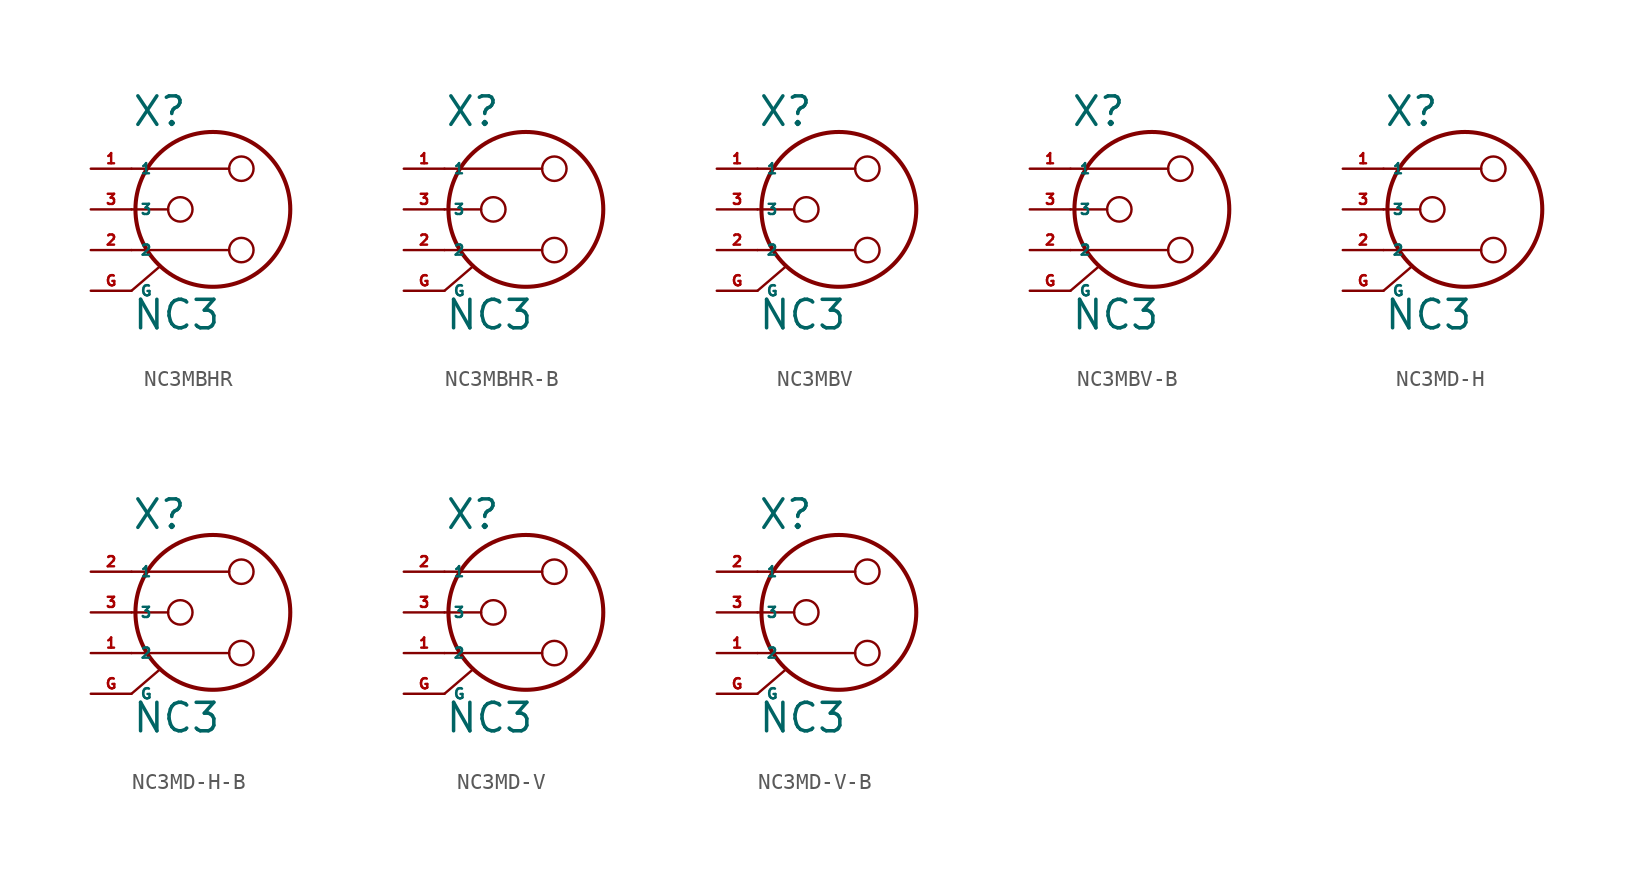
<source format=kicad_sym>
(kicad_symbol_lib
  (version 20220914)
  (generator Eagle2Kicad)
  (symbol "NC3MBHR"
    (property "Reference" "X"
      (at -5.08 5.08 0)
      (effects (font (size 1.778 1.778) (thickness 0.22)) (justify left bottom)))
    (property "Value" "NC3"
      (at -5.08 -7.62 0)
      (effects (font (size 1.778 1.778) (thickness 0.22)) (justify left bottom)))
    (polyline
      (pts (xy -5.08 2.54) (xy 1.016 2.54))
      (stroke (width 0.152) (type default))
      (fill (type none)))
    (polyline
      (pts (xy -5.08 -2.54) (xy 1.016 -2.54))
      (stroke (width 0.152) (type default))
      (fill (type none)))
    (polyline
      (pts (xy -5.08 0) (xy -2.794 0))
      (stroke (width 0.152) (type default))
      (fill (type none)))
    (polyline
      (pts (xy -5.08 -5.08) (xy -3.302 -3.556))
      (stroke (width 0.152) (type default))
      (fill (type none)))
    (circle
      (center 0 0)
      (radius 4.833)
      (stroke (width 0.254) (type default))
      (fill (type none)))
    (circle
      (center -2.032 0)
      (radius 0.762)
      (stroke (width 0.152) (type default))
      (fill (type none)))
    (circle
      (center 1.778 2.54)
      (radius 0.762)
      (stroke (width 0.152) (type default))
      (fill (type none)))
    (circle
      (center 1.778 -2.54)
      (radius 0.762)
      (stroke (width 0.152) (type default))
      (fill (type none)))
    (pin passive line
      (at -7.62 2.54 0)
      (length 2.54)
      (name "1" (effects (font (size 0.635 0.635) (thickness 0.08)) (justify left bottom)))
      (number "1" (effects (font (size 0.635 0.635) (thickness 0.08)) (justify left bottom))))
    (pin passive line
      (at -7.62 -2.54 0)
      (length 2.54)
      (name "2" (effects (font (size 0.635 0.635) (thickness 0.08)) (justify left bottom)))
      (number "2" (effects (font (size 0.635 0.635) (thickness 0.08)) (justify left bottom))))
    (pin passive line
      (at -7.62 0 0)
      (length 2.54)
      (name "3" (effects (font (size 0.635 0.635) (thickness 0.08)) (justify left bottom)))
      (number "3" (effects (font (size 0.635 0.635) (thickness 0.08)) (justify left bottom))))
    (pin passive line
      (at -7.62 -5.08 0)
      (length 2.54)
      (name "G" (effects (font (size 0.635 0.635) (thickness 0.08)) (justify left bottom)))
      (number "G" (effects (font (size 0.635 0.635) (thickness 0.08)) (justify left bottom)))))
  (symbol "NC3MBHR-B"
    (property "Reference" "X"
      (at -5.08 5.08 0)
      (effects (font (size 1.778 1.778) (thickness 0.22)) (justify left bottom)))
    (property "Value" "NC3"
      (at -5.08 -7.62 0)
      (effects (font (size 1.778 1.778) (thickness 0.22)) (justify left bottom)))
    (polyline
      (pts (xy -5.08 2.54) (xy 1.016 2.54))
      (stroke (width 0.152) (type default))
      (fill (type none)))
    (polyline
      (pts (xy -5.08 -2.54) (xy 1.016 -2.54))
      (stroke (width 0.152) (type default))
      (fill (type none)))
    (polyline
      (pts (xy -5.08 0) (xy -2.794 0))
      (stroke (width 0.152) (type default))
      (fill (type none)))
    (polyline
      (pts (xy -5.08 -5.08) (xy -3.302 -3.556))
      (stroke (width 0.152) (type default))
      (fill (type none)))
    (circle
      (center 0 0)
      (radius 4.833)
      (stroke (width 0.254) (type default))
      (fill (type none)))
    (circle
      (center -2.032 0)
      (radius 0.762)
      (stroke (width 0.152) (type default))
      (fill (type none)))
    (circle
      (center 1.778 2.54)
      (radius 0.762)
      (stroke (width 0.152) (type default))
      (fill (type none)))
    (circle
      (center 1.778 -2.54)
      (radius 0.762)
      (stroke (width 0.152) (type default))
      (fill (type none)))
    (pin passive line
      (at -7.62 2.54 0)
      (length 2.54)
      (name "1" (effects (font (size 0.635 0.635) (thickness 0.08)) (justify left bottom)))
      (number "1" (effects (font (size 0.635 0.635) (thickness 0.08)) (justify left bottom))))
    (pin passive line
      (at -7.62 -2.54 0)
      (length 2.54)
      (name "2" (effects (font (size 0.635 0.635) (thickness 0.08)) (justify left bottom)))
      (number "2" (effects (font (size 0.635 0.635) (thickness 0.08)) (justify left bottom))))
    (pin passive line
      (at -7.62 0 0)
      (length 2.54)
      (name "3" (effects (font (size 0.635 0.635) (thickness 0.08)) (justify left bottom)))
      (number "3" (effects (font (size 0.635 0.635) (thickness 0.08)) (justify left bottom))))
    (pin passive line
      (at -7.62 -5.08 0)
      (length 2.54)
      (name "G" (effects (font (size 0.635 0.635) (thickness 0.08)) (justify left bottom)))
      (number "G" (effects (font (size 0.635 0.635) (thickness 0.08)) (justify left bottom)))))
  (symbol "NC3MBV"
    (property "Reference" "X"
      (at -5.08 5.08 0)
      (effects (font (size 1.778 1.778) (thickness 0.22)) (justify left bottom)))
    (property "Value" "NC3"
      (at -5.08 -7.62 0)
      (effects (font (size 1.778 1.778) (thickness 0.22)) (justify left bottom)))
    (polyline
      (pts (xy -5.08 2.54) (xy 1.016 2.54))
      (stroke (width 0.152) (type default))
      (fill (type none)))
    (polyline
      (pts (xy -5.08 -2.54) (xy 1.016 -2.54))
      (stroke (width 0.152) (type default))
      (fill (type none)))
    (polyline
      (pts (xy -5.08 0) (xy -2.794 0))
      (stroke (width 0.152) (type default))
      (fill (type none)))
    (polyline
      (pts (xy -5.08 -5.08) (xy -3.302 -3.556))
      (stroke (width 0.152) (type default))
      (fill (type none)))
    (circle
      (center 0 0)
      (radius 4.833)
      (stroke (width 0.254) (type default))
      (fill (type none)))
    (circle
      (center -2.032 0)
      (radius 0.762)
      (stroke (width 0.152) (type default))
      (fill (type none)))
    (circle
      (center 1.778 2.54)
      (radius 0.762)
      (stroke (width 0.152) (type default))
      (fill (type none)))
    (circle
      (center 1.778 -2.54)
      (radius 0.762)
      (stroke (width 0.152) (type default))
      (fill (type none)))
    (pin passive line
      (at -7.62 2.54 0)
      (length 2.54)
      (name "1" (effects (font (size 0.635 0.635) (thickness 0.08)) (justify left bottom)))
      (number "1" (effects (font (size 0.635 0.635) (thickness 0.08)) (justify left bottom))))
    (pin passive line
      (at -7.62 -2.54 0)
      (length 2.54)
      (name "2" (effects (font (size 0.635 0.635) (thickness 0.08)) (justify left bottom)))
      (number "2" (effects (font (size 0.635 0.635) (thickness 0.08)) (justify left bottom))))
    (pin passive line
      (at -7.62 0 0)
      (length 2.54)
      (name "3" (effects (font (size 0.635 0.635) (thickness 0.08)) (justify left bottom)))
      (number "3" (effects (font (size 0.635 0.635) (thickness 0.08)) (justify left bottom))))
    (pin passive line
      (at -7.62 -5.08 0)
      (length 2.54)
      (name "G" (effects (font (size 0.635 0.635) (thickness 0.08)) (justify left bottom)))
      (number "G" (effects (font (size 0.635 0.635) (thickness 0.08)) (justify left bottom)))))
  (symbol "NC3MBV-B"
    (property "Reference" "X"
      (at -5.08 5.08 0)
      (effects (font (size 1.778 1.778) (thickness 0.22)) (justify left bottom)))
    (property "Value" "NC3"
      (at -5.08 -7.62 0)
      (effects (font (size 1.778 1.778) (thickness 0.22)) (justify left bottom)))
    (polyline
      (pts (xy -5.08 2.54) (xy 1.016 2.54))
      (stroke (width 0.152) (type default))
      (fill (type none)))
    (polyline
      (pts (xy -5.08 -2.54) (xy 1.016 -2.54))
      (stroke (width 0.152) (type default))
      (fill (type none)))
    (polyline
      (pts (xy -5.08 0) (xy -2.794 0))
      (stroke (width 0.152) (type default))
      (fill (type none)))
    (polyline
      (pts (xy -5.08 -5.08) (xy -3.302 -3.556))
      (stroke (width 0.152) (type default))
      (fill (type none)))
    (circle
      (center 0 0)
      (radius 4.833)
      (stroke (width 0.254) (type default))
      (fill (type none)))
    (circle
      (center -2.032 0)
      (radius 0.762)
      (stroke (width 0.152) (type default))
      (fill (type none)))
    (circle
      (center 1.778 2.54)
      (radius 0.762)
      (stroke (width 0.152) (type default))
      (fill (type none)))
    (circle
      (center 1.778 -2.54)
      (radius 0.762)
      (stroke (width 0.152) (type default))
      (fill (type none)))
    (pin passive line
      (at -7.62 2.54 0)
      (length 2.54)
      (name "1" (effects (font (size 0.635 0.635) (thickness 0.08)) (justify left bottom)))
      (number "1" (effects (font (size 0.635 0.635) (thickness 0.08)) (justify left bottom))))
    (pin passive line
      (at -7.62 -2.54 0)
      (length 2.54)
      (name "2" (effects (font (size 0.635 0.635) (thickness 0.08)) (justify left bottom)))
      (number "2" (effects (font (size 0.635 0.635) (thickness 0.08)) (justify left bottom))))
    (pin passive line
      (at -7.62 0 0)
      (length 2.54)
      (name "3" (effects (font (size 0.635 0.635) (thickness 0.08)) (justify left bottom)))
      (number "3" (effects (font (size 0.635 0.635) (thickness 0.08)) (justify left bottom))))
    (pin passive line
      (at -7.62 -5.08 0)
      (length 2.54)
      (name "G" (effects (font (size 0.635 0.635) (thickness 0.08)) (justify left bottom)))
      (number "G" (effects (font (size 0.635 0.635) (thickness 0.08)) (justify left bottom)))))
  (symbol "NC3MD-H"
    (property "Reference" "X"
      (at -5.08 5.08 0)
      (effects (font (size 1.778 1.778) (thickness 0.22)) (justify left bottom)))
    (property "Value" "NC3"
      (at -5.08 -7.62 0)
      (effects (font (size 1.778 1.778) (thickness 0.22)) (justify left bottom)))
    (polyline
      (pts (xy -5.08 2.54) (xy 1.016 2.54))
      (stroke (width 0.152) (type default))
      (fill (type none)))
    (polyline
      (pts (xy -5.08 -2.54) (xy 1.016 -2.54))
      (stroke (width 0.152) (type default))
      (fill (type none)))
    (polyline
      (pts (xy -5.08 0) (xy -2.794 0))
      (stroke (width 0.152) (type default))
      (fill (type none)))
    (polyline
      (pts (xy -5.08 -5.08) (xy -3.302 -3.556))
      (stroke (width 0.152) (type default))
      (fill (type none)))
    (circle
      (center 0 0)
      (radius 4.833)
      (stroke (width 0.254) (type default))
      (fill (type none)))
    (circle
      (center -2.032 0)
      (radius 0.762)
      (stroke (width 0.152) (type default))
      (fill (type none)))
    (circle
      (center 1.778 2.54)
      (radius 0.762)
      (stroke (width 0.152) (type default))
      (fill (type none)))
    (circle
      (center 1.778 -2.54)
      (radius 0.762)
      (stroke (width 0.152) (type default))
      (fill (type none)))
    (pin passive line
      (at -7.62 2.54 0)
      (length 2.54)
      (name "1" (effects (font (size 0.635 0.635) (thickness 0.08)) (justify left bottom)))
      (number "1" (effects (font (size 0.635 0.635) (thickness 0.08)) (justify left bottom))))
    (pin passive line
      (at -7.62 -2.54 0)
      (length 2.54)
      (name "2" (effects (font (size 0.635 0.635) (thickness 0.08)) (justify left bottom)))
      (number "2" (effects (font (size 0.635 0.635) (thickness 0.08)) (justify left bottom))))
    (pin passive line
      (at -7.62 0 0)
      (length 2.54)
      (name "3" (effects (font (size 0.635 0.635) (thickness 0.08)) (justify left bottom)))
      (number "3" (effects (font (size 0.635 0.635) (thickness 0.08)) (justify left bottom))))
    (pin passive line
      (at -7.62 -5.08 0)
      (length 2.54)
      (name "G" (effects (font (size 0.635 0.635) (thickness 0.08)) (justify left bottom)))
      (number "G" (effects (font (size 0.635 0.635) (thickness 0.08)) (justify left bottom)))))
  (symbol "NC3MD-H-B"
    (property "Reference" "X"
      (at -5.08 5.08 0)
      (effects (font (size 1.778 1.778) (thickness 0.22)) (justify left bottom)))
    (property "Value" "NC3"
      (at -5.08 -7.62 0)
      (effects (font (size 1.778 1.778) (thickness 0.22)) (justify left bottom)))
    (polyline
      (pts (xy -5.08 2.54) (xy 1.016 2.54))
      (stroke (width 0.152) (type default))
      (fill (type none)))
    (polyline
      (pts (xy -5.08 -2.54) (xy 1.016 -2.54))
      (stroke (width 0.152) (type default))
      (fill (type none)))
    (polyline
      (pts (xy -5.08 0) (xy -2.794 0))
      (stroke (width 0.152) (type default))
      (fill (type none)))
    (polyline
      (pts (xy -5.08 -5.08) (xy -3.302 -3.556))
      (stroke (width 0.152) (type default))
      (fill (type none)))
    (circle
      (center 0 0)
      (radius 4.833)
      (stroke (width 0.254) (type default))
      (fill (type none)))
    (circle
      (center -2.032 0)
      (radius 0.762)
      (stroke (width 0.152) (type default))
      (fill (type none)))
    (circle
      (center 1.778 2.54)
      (radius 0.762)
      (stroke (width 0.152) (type default))
      (fill (type none)))
    (circle
      (center 1.778 -2.54)
      (radius 0.762)
      (stroke (width 0.152) (type default))
      (fill (type none)))
    (pin passive line
      (at -7.62 2.54 0)
      (length 2.54)
      (name "1" (effects (font (size 0.635 0.635) (thickness 0.08)) (justify left bottom)))
      (number "2" (effects (font (size 0.635 0.635) (thickness 0.08)) (justify left bottom))))
    (pin passive line
      (at -7.62 -2.54 0)
      (length 2.54)
      (name "2" (effects (font (size 0.635 0.635) (thickness 0.08)) (justify left bottom)))
      (number "1" (effects (font (size 0.635 0.635) (thickness 0.08)) (justify left bottom))))
    (pin passive line
      (at -7.62 0 0)
      (length 2.54)
      (name "3" (effects (font (size 0.635 0.635) (thickness 0.08)) (justify left bottom)))
      (number "3" (effects (font (size 0.635 0.635) (thickness 0.08)) (justify left bottom))))
    (pin passive line
      (at -7.62 -5.08 0)
      (length 2.54)
      (name "G" (effects (font (size 0.635 0.635) (thickness 0.08)) (justify left bottom)))
      (number "G" (effects (font (size 0.635 0.635) (thickness 0.08)) (justify left bottom)))))
  (symbol "NC3MD-V"
    (property "Reference" "X"
      (at -5.08 5.08 0)
      (effects (font (size 1.778 1.778) (thickness 0.22)) (justify left bottom)))
    (property "Value" "NC3"
      (at -5.08 -7.62 0)
      (effects (font (size 1.778 1.778) (thickness 0.22)) (justify left bottom)))
    (polyline
      (pts (xy -5.08 2.54) (xy 1.016 2.54))
      (stroke (width 0.152) (type default))
      (fill (type none)))
    (polyline
      (pts (xy -5.08 -2.54) (xy 1.016 -2.54))
      (stroke (width 0.152) (type default))
      (fill (type none)))
    (polyline
      (pts (xy -5.08 0) (xy -2.794 0))
      (stroke (width 0.152) (type default))
      (fill (type none)))
    (polyline
      (pts (xy -5.08 -5.08) (xy -3.302 -3.556))
      (stroke (width 0.152) (type default))
      (fill (type none)))
    (circle
      (center 0 0)
      (radius 4.833)
      (stroke (width 0.254) (type default))
      (fill (type none)))
    (circle
      (center -2.032 0)
      (radius 0.762)
      (stroke (width 0.152) (type default))
      (fill (type none)))
    (circle
      (center 1.778 2.54)
      (radius 0.762)
      (stroke (width 0.152) (type default))
      (fill (type none)))
    (circle
      (center 1.778 -2.54)
      (radius 0.762)
      (stroke (width 0.152) (type default))
      (fill (type none)))
    (pin passive line
      (at -7.62 2.54 0)
      (length 2.54)
      (name "1" (effects (font (size 0.635 0.635) (thickness 0.08)) (justify left bottom)))
      (number "2" (effects (font (size 0.635 0.635) (thickness 0.08)) (justify left bottom))))
    (pin passive line
      (at -7.62 -2.54 0)
      (length 2.54)
      (name "2" (effects (font (size 0.635 0.635) (thickness 0.08)) (justify left bottom)))
      (number "1" (effects (font (size 0.635 0.635) (thickness 0.08)) (justify left bottom))))
    (pin passive line
      (at -7.62 0 0)
      (length 2.54)
      (name "3" (effects (font (size 0.635 0.635) (thickness 0.08)) (justify left bottom)))
      (number "3" (effects (font (size 0.635 0.635) (thickness 0.08)) (justify left bottom))))
    (pin passive line
      (at -7.62 -5.08 0)
      (length 2.54)
      (name "G" (effects (font (size 0.635 0.635) (thickness 0.08)) (justify left bottom)))
      (number "G" (effects (font (size 0.635 0.635) (thickness 0.08)) (justify left bottom)))))
  (symbol "NC3MD-V-B"
    (property "Reference" "X"
      (at -5.08 5.08 0)
      (effects (font (size 1.778 1.778) (thickness 0.22)) (justify left bottom)))
    (property "Value" "NC3"
      (at -5.08 -7.62 0)
      (effects (font (size 1.778 1.778) (thickness 0.22)) (justify left bottom)))
    (polyline
      (pts (xy -5.08 2.54) (xy 1.016 2.54))
      (stroke (width 0.152) (type default))
      (fill (type none)))
    (polyline
      (pts (xy -5.08 -2.54) (xy 1.016 -2.54))
      (stroke (width 0.152) (type default))
      (fill (type none)))
    (polyline
      (pts (xy -5.08 0) (xy -2.794 0))
      (stroke (width 0.152) (type default))
      (fill (type none)))
    (polyline
      (pts (xy -5.08 -5.08) (xy -3.302 -3.556))
      (stroke (width 0.152) (type default))
      (fill (type none)))
    (circle
      (center 0 0)
      (radius 4.833)
      (stroke (width 0.254) (type default))
      (fill (type none)))
    (circle
      (center -2.032 0)
      (radius 0.762)
      (stroke (width 0.152) (type default))
      (fill (type none)))
    (circle
      (center 1.778 2.54)
      (radius 0.762)
      (stroke (width 0.152) (type default))
      (fill (type none)))
    (circle
      (center 1.778 -2.54)
      (radius 0.762)
      (stroke (width 0.152) (type default))
      (fill (type none)))
    (pin passive line
      (at -7.62 2.54 0)
      (length 2.54)
      (name "1" (effects (font (size 0.635 0.635) (thickness 0.08)) (justify left bottom)))
      (number "2" (effects (font (size 0.635 0.635) (thickness 0.08)) (justify left bottom))))
    (pin passive line
      (at -7.62 -2.54 0)
      (length 2.54)
      (name "2" (effects (font (size 0.635 0.635) (thickness 0.08)) (justify left bottom)))
      (number "1" (effects (font (size 0.635 0.635) (thickness 0.08)) (justify left bottom))))
    (pin passive line
      (at -7.62 0 0)
      (length 2.54)
      (name "3" (effects (font (size 0.635 0.635) (thickness 0.08)) (justify left bottom)))
      (number "3" (effects (font (size 0.635 0.635) (thickness 0.08)) (justify left bottom))))
    (pin passive line
      (at -7.62 -5.08 0)
      (length 2.54)
      (name "G" (effects (font (size 0.635 0.635) (thickness 0.08)) (justify left bottom)))
      (number "G" (effects (font (size 0.635 0.635) (thickness 0.08)) (justify left bottom))))))
</source>
